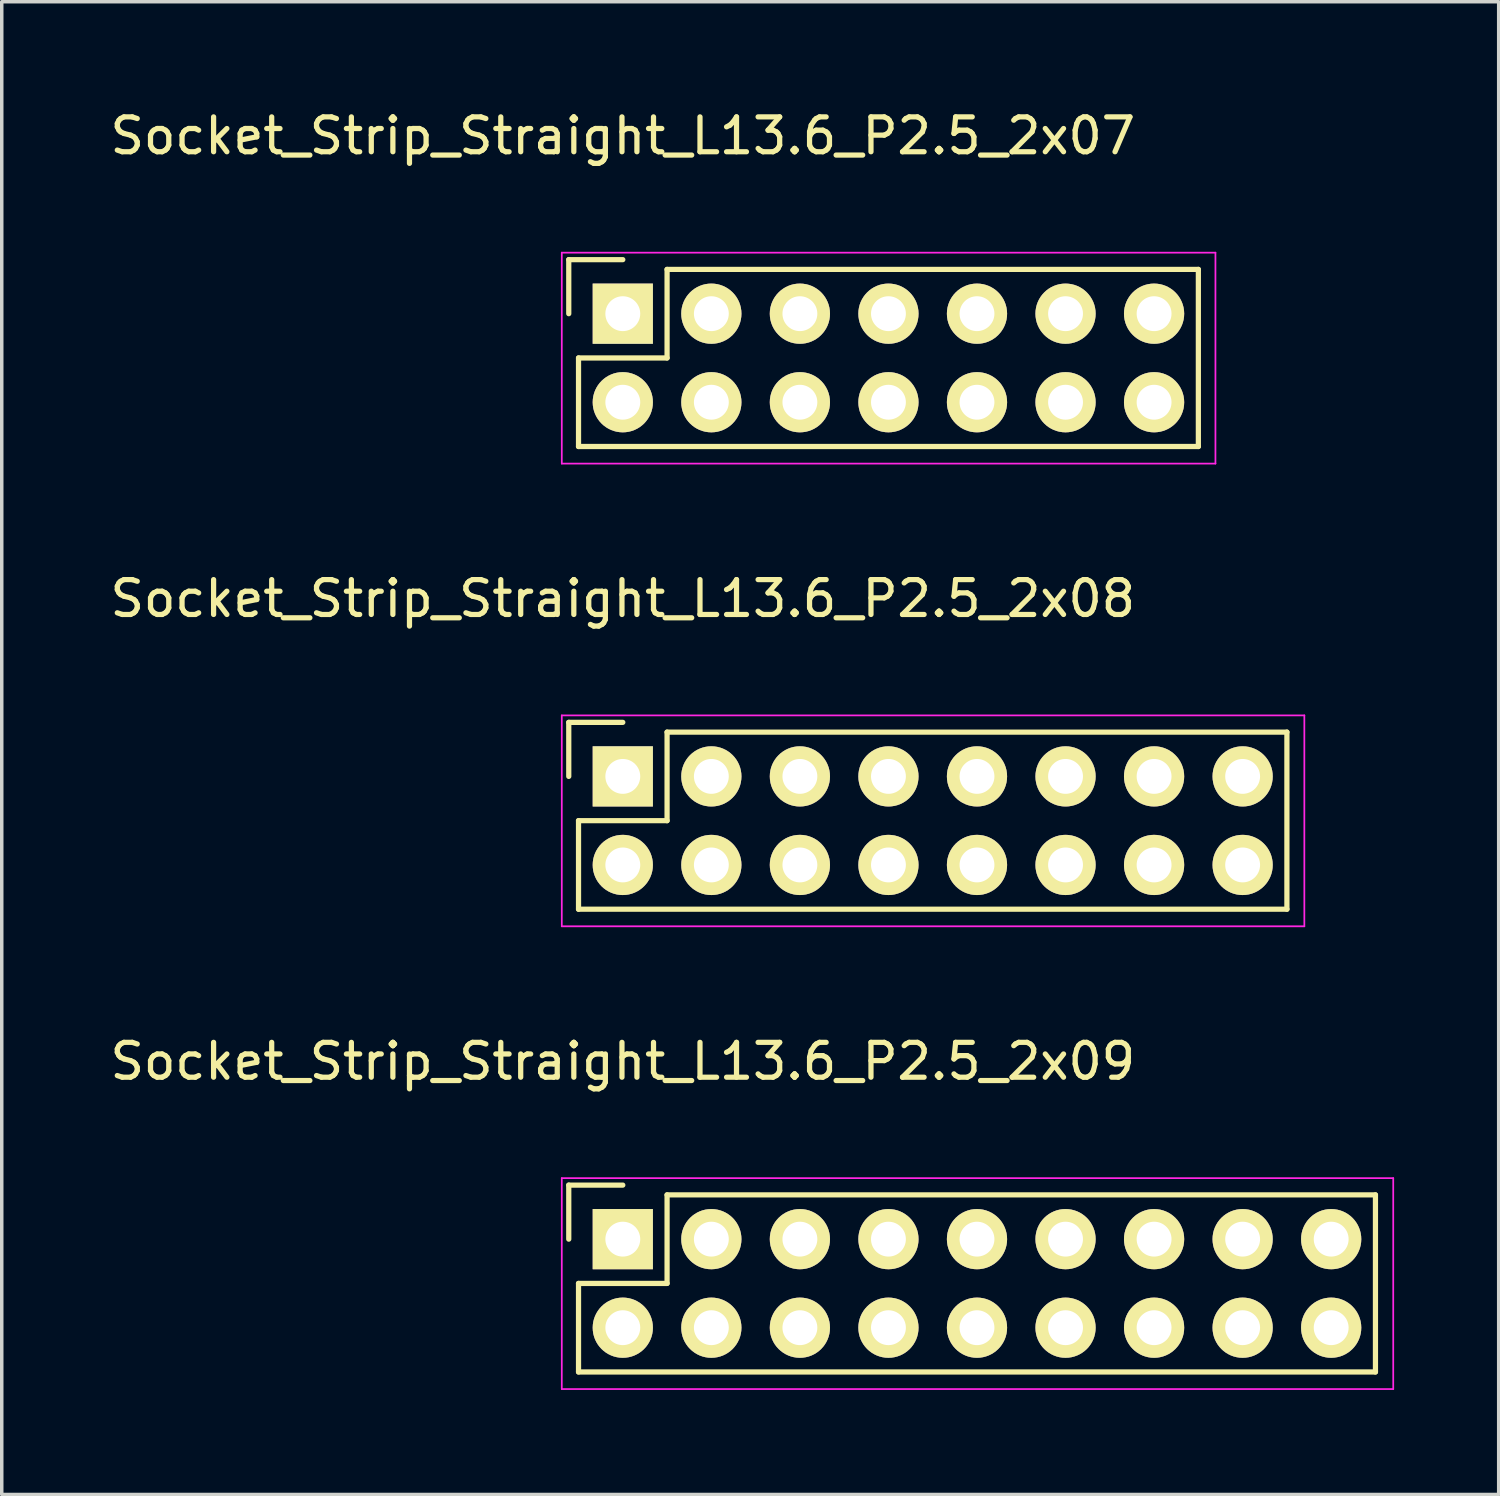
<source format=kicad_pcb>
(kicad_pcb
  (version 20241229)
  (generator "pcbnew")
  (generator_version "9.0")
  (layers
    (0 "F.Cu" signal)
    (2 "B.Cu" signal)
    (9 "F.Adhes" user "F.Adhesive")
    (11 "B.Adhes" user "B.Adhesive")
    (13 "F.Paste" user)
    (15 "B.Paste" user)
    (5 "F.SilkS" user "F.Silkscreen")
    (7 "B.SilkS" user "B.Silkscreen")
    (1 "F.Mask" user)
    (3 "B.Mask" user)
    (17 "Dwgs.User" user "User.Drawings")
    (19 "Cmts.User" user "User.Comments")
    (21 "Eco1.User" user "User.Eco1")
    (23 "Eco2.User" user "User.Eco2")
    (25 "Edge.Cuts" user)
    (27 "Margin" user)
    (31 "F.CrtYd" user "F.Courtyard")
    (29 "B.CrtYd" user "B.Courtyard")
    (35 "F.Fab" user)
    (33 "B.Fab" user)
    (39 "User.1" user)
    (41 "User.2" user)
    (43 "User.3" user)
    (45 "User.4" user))
  (footprint "Socket_Strip_Straight_L13.6_P2.5_2x07"
    (layer "F.Cu")
    (at 14.815 5.948)
    (property "Reference" "Socket_Strip_Straight_L13.6_P2.5_2x07" (at 0 -5.1 0) (layer "F.SilkS") (effects (font (size 1 1) (thickness 0.15))))
    (attr through_hole)
    (fp_line (start -1.55 -1.55) (end -1.55 0) (stroke (width 0.15) (type solid)) (layer "F.SilkS"))
    (fp_line (start -1.27 1.27) (end 1.27 1.27) (stroke (width 0.15) (type solid)) (layer "F.SilkS"))
    (fp_line (start -1.27 3.81) (end -1.27 1.27) (stroke (width 0.15) (type solid)) (layer "F.SilkS"))
    (fp_line (start 0 -1.55) (end -1.55 -1.55) (stroke (width 0.15) (type solid)) (layer "F.SilkS"))
    (fp_line (start 1.27 -1.27) (end 16.51 -1.27) (stroke (width 0.15) (type solid)) (layer "F.SilkS"))
    (fp_line (start 1.27 1.27) (end 1.27 -1.27) (stroke (width 0.15) (type solid)) (layer "F.SilkS"))
    (fp_line (start 16.51 3.81) (end -1.27 3.81) (stroke (width 0.15) (type solid)) (layer "F.SilkS"))
    (fp_line (start 16.51 3.81) (end 16.51 -1.27) (stroke (width 0.15) (type solid)) (layer "F.SilkS"))
    (fp_line (start -1.75 -1.75) (end -1.75 4.3) (stroke (width 0.05) (type solid)) (layer "F.CrtYd"))
    (fp_line (start -1.75 -1.75) (end 17 -1.75) (stroke (width 0.05) (type solid)) (layer "F.CrtYd"))
    (fp_line (start -1.75 4.3) (end 17 4.3) (stroke (width 0.05) (type solid)) (layer "F.CrtYd"))
    (fp_line (start 17 -1.75) (end 17 4.3) (stroke (width 0.05) (type solid)) (layer "F.CrtYd"))
    (pad "1" thru_hole rect (at 0 0) (size 1.727 1.727) (drill 1) (layers "*.Cu" "*.Mask" "F.SilkS"))
    (pad "2" thru_hole oval (at 0 2.54) (size 1.727 1.727) (drill 1) (layers "*.Cu" "*.Mask" "F.SilkS"))
    (pad "3" thru_hole oval (at 2.54 0) (size 1.727 1.727) (drill 1) (layers "*.Cu" "*.Mask" "F.SilkS"))
    (pad "4" thru_hole oval (at 2.54 2.54) (size 1.727 1.727) (drill 1) (layers "*.Cu" "*.Mask" "F.SilkS"))
    (pad "5" thru_hole oval (at 5.08 0) (size 1.727 1.727) (drill 1) (layers "*.Cu" "*.Mask" "F.SilkS"))
    (pad "6" thru_hole oval (at 5.08 2.54) (size 1.727 1.727) (drill 1) (layers "*.Cu" "*.Mask" "F.SilkS"))
    (pad "7" thru_hole oval (at 7.62 0) (size 1.727 1.727) (drill 1) (layers "*.Cu" "*.Mask" "F.SilkS"))
    (pad "8" thru_hole oval (at 7.62 2.54) (size 1.727 1.727) (drill 1) (layers "*.Cu" "*.Mask" "F.SilkS"))
    (pad "9" thru_hole oval (at 10.16 0) (size 1.727 1.727) (drill 1) (layers "*.Cu" "*.Mask" "F.SilkS"))
    (pad "10" thru_hole oval (at 10.16 2.54) (size 1.727 1.727) (drill 1) (layers "*.Cu" "*.Mask" "F.SilkS"))
    (pad "11" thru_hole oval (at 12.7 0) (size 1.727 1.727) (drill 1) (layers "*.Cu" "*.Mask" "F.SilkS"))
    (pad "12" thru_hole oval (at 12.7 2.54) (size 1.727 1.727) (drill 1) (layers "*.Cu" "*.Mask" "F.SilkS"))
    (pad "13" thru_hole oval (at 15.24 0) (size 1.727 1.727) (drill 1) (layers "*.Cu" "*.Mask" "F.SilkS"))
    (pad "14" thru_hole oval (at 15.24 2.54) (size 1.727 1.727) (drill 1) (layers "*.Cu" "*.Mask" "F.SilkS")))
  (footprint "Socket_Strip_Straight_L13.6_P2.5_2x08"
    (layer "F.Cu")
    (at 14.815 19.221)
    (property "Reference" "Socket_Strip_Straight_L13.6_P2.5_2x08" (at 0 -5.1 0) (layer "F.SilkS") (effects (font (size 1 1) (thickness 0.15))))
    (attr through_hole)
    (fp_line (start -1.55 -1.55) (end -1.55 0) (stroke (width 0.15) (type solid)) (layer "F.SilkS"))
    (fp_line (start -1.27 1.27) (end 1.27 1.27) (stroke (width 0.15) (type solid)) (layer "F.SilkS"))
    (fp_line (start -1.27 3.81) (end -1.27 1.27) (stroke (width 0.15) (type solid)) (layer "F.SilkS"))
    (fp_line (start 0 -1.55) (end -1.55 -1.55) (stroke (width 0.15) (type solid)) (layer "F.SilkS"))
    (fp_line (start 1.27 -1.27) (end 19.05 -1.27) (stroke (width 0.15) (type solid)) (layer "F.SilkS"))
    (fp_line (start 1.27 1.27) (end 1.27 -1.27) (stroke (width 0.15) (type solid)) (layer "F.SilkS"))
    (fp_line (start 19.05 3.81) (end -1.27 3.81) (stroke (width 0.15) (type solid)) (layer "F.SilkS"))
    (fp_line (start 19.05 3.81) (end 19.05 -1.27) (stroke (width 0.15) (type solid)) (layer "F.SilkS"))
    (fp_line (start -1.75 -1.75) (end -1.75 4.3) (stroke (width 0.05) (type solid)) (layer "F.CrtYd"))
    (fp_line (start -1.75 -1.75) (end 19.55 -1.75) (stroke (width 0.05) (type solid)) (layer "F.CrtYd"))
    (fp_line (start -1.75 4.3) (end 19.55 4.3) (stroke (width 0.05) (type solid)) (layer "F.CrtYd"))
    (fp_line (start 19.55 -1.75) (end 19.55 4.3) (stroke (width 0.05) (type solid)) (layer "F.CrtYd"))
    (pad "1" thru_hole rect (at 0 0) (size 1.727 1.727) (drill 1) (layers "*.Cu" "*.Mask" "F.SilkS"))
    (pad "2" thru_hole oval (at 0 2.54) (size 1.727 1.727) (drill 1) (layers "*.Cu" "*.Mask" "F.SilkS"))
    (pad "3" thru_hole oval (at 2.54 0) (size 1.727 1.727) (drill 1) (layers "*.Cu" "*.Mask" "F.SilkS"))
    (pad "4" thru_hole oval (at 2.54 2.54) (size 1.727 1.727) (drill 1) (layers "*.Cu" "*.Mask" "F.SilkS"))
    (pad "5" thru_hole oval (at 5.08 0) (size 1.727 1.727) (drill 1) (layers "*.Cu" "*.Mask" "F.SilkS"))
    (pad "6" thru_hole oval (at 5.08 2.54) (size 1.727 1.727) (drill 1) (layers "*.Cu" "*.Mask" "F.SilkS"))
    (pad "7" thru_hole oval (at 7.62 0) (size 1.727 1.727) (drill 1) (layers "*.Cu" "*.Mask" "F.SilkS"))
    (pad "8" thru_hole oval (at 7.62 2.54) (size 1.727 1.727) (drill 1) (layers "*.Cu" "*.Mask" "F.SilkS"))
    (pad "9" thru_hole oval (at 10.16 0) (size 1.727 1.727) (drill 1) (layers "*.Cu" "*.Mask" "F.SilkS"))
    (pad "10" thru_hole oval (at 10.16 2.54) (size 1.727 1.727) (drill 1) (layers "*.Cu" "*.Mask" "F.SilkS"))
    (pad "11" thru_hole oval (at 12.7 0) (size 1.727 1.727) (drill 1) (layers "*.Cu" "*.Mask" "F.SilkS"))
    (pad "12" thru_hole oval (at 12.7 2.54) (size 1.727 1.727) (drill 1) (layers "*.Cu" "*.Mask" "F.SilkS"))
    (pad "13" thru_hole oval (at 15.24 0) (size 1.727 1.727) (drill 1) (layers "*.Cu" "*.Mask" "F.SilkS"))
    (pad "14" thru_hole oval (at 15.24 2.54) (size 1.727 1.727) (drill 1) (layers "*.Cu" "*.Mask" "F.SilkS"))
    (pad "15" thru_hole oval (at 17.78 0) (size 1.727 1.727) (drill 1) (layers "*.Cu" "*.Mask" "F.SilkS"))
    (pad "16" thru_hole oval (at 17.78 2.54) (size 1.727 1.727) (drill 1) (layers "*.Cu" "*.Mask" "F.SilkS")))
  (footprint "Socket_Strip_Straight_L13.6_P2.5_2x09"
    (layer "F.Cu")
    (at 14.815 32.495)
    (property "Reference" "Socket_Strip_Straight_L13.6_P2.5_2x09" (at 0 -5.1 0) (layer "F.SilkS") (effects (font (size 1 1) (thickness 0.15))))
    (attr through_hole)
    (fp_line (start -1.55 -1.55) (end -1.55 0) (stroke (width 0.15) (type solid)) (layer "F.SilkS"))
    (fp_line (start -1.27 1.27) (end 1.27 1.27) (stroke (width 0.15) (type solid)) (layer "F.SilkS"))
    (fp_line (start -1.27 3.81) (end -1.27 1.27) (stroke (width 0.15) (type solid)) (layer "F.SilkS"))
    (fp_line (start 0 -1.55) (end -1.55 -1.55) (stroke (width 0.15) (type solid)) (layer "F.SilkS"))
    (fp_line (start 1.27 -1.27) (end 21.59 -1.27) (stroke (width 0.15) (type solid)) (layer "F.SilkS"))
    (fp_line (start 1.27 1.27) (end 1.27 -1.27) (stroke (width 0.15) (type solid)) (layer "F.SilkS"))
    (fp_line (start 21.59 3.81) (end -1.27 3.81) (stroke (width 0.15) (type solid)) (layer "F.SilkS"))
    (fp_line (start 21.59 3.81) (end 21.59 -1.27) (stroke (width 0.15) (type solid)) (layer "F.SilkS"))
    (fp_line (start -1.75 -1.75) (end -1.75 4.3) (stroke (width 0.05) (type solid)) (layer "F.CrtYd"))
    (fp_line (start -1.75 -1.75) (end 22.1 -1.75) (stroke (width 0.05) (type solid)) (layer "F.CrtYd"))
    (fp_line (start -1.75 4.3) (end 22.1 4.3) (stroke (width 0.05) (type solid)) (layer "F.CrtYd"))
    (fp_line (start 22.1 -1.75) (end 22.1 4.3) (stroke (width 0.05) (type solid)) (layer "F.CrtYd"))
    (pad "1" thru_hole rect (at 0 0) (size 1.727 1.727) (drill 1) (layers "*.Cu" "*.Mask" "F.SilkS"))
    (pad "2" thru_hole oval (at 0 2.54) (size 1.727 1.727) (drill 1) (layers "*.Cu" "*.Mask" "F.SilkS"))
    (pad "3" thru_hole oval (at 2.54 0) (size 1.727 1.727) (drill 1) (layers "*.Cu" "*.Mask" "F.SilkS"))
    (pad "4" thru_hole oval (at 2.54 2.54) (size 1.727 1.727) (drill 1) (layers "*.Cu" "*.Mask" "F.SilkS"))
    (pad "5" thru_hole oval (at 5.08 0) (size 1.727 1.727) (drill 1) (layers "*.Cu" "*.Mask" "F.SilkS"))
    (pad "6" thru_hole oval (at 5.08 2.54) (size 1.727 1.727) (drill 1) (layers "*.Cu" "*.Mask" "F.SilkS"))
    (pad "7" thru_hole oval (at 7.62 0) (size 1.727 1.727) (drill 1) (layers "*.Cu" "*.Mask" "F.SilkS"))
    (pad "8" thru_hole oval (at 7.62 2.54) (size 1.727 1.727) (drill 1) (layers "*.Cu" "*.Mask" "F.SilkS"))
    (pad "9" thru_hole oval (at 10.16 0) (size 1.727 1.727) (drill 1) (layers "*.Cu" "*.Mask" "F.SilkS"))
    (pad "10" thru_hole oval (at 10.16 2.54) (size 1.727 1.727) (drill 1) (layers "*.Cu" "*.Mask" "F.SilkS"))
    (pad "11" thru_hole oval (at 12.7 0) (size 1.727 1.727) (drill 1) (layers "*.Cu" "*.Mask" "F.SilkS"))
    (pad "12" thru_hole oval (at 12.7 2.54) (size 1.727 1.727) (drill 1) (layers "*.Cu" "*.Mask" "F.SilkS"))
    (pad "13" thru_hole oval (at 15.24 0) (size 1.727 1.727) (drill 1) (layers "*.Cu" "*.Mask" "F.SilkS"))
    (pad "14" thru_hole oval (at 15.24 2.54) (size 1.727 1.727) (drill 1) (layers "*.Cu" "*.Mask" "F.SilkS"))
    (pad "15" thru_hole oval (at 17.78 0) (size 1.727 1.727) (drill 1) (layers "*.Cu" "*.Mask" "F.SilkS"))
    (pad "16" thru_hole oval (at 17.78 2.54) (size 1.727 1.727) (drill 1) (layers "*.Cu" "*.Mask" "F.SilkS"))
    (pad "17" thru_hole oval (at 20.32 0) (size 1.727 1.727) (drill 1) (layers "*.Cu" "*.Mask" "F.SilkS"))
    (pad "18" thru_hole oval (at 20.32 2.54) (size 1.727 1.727) (drill 1) (layers "*.Cu" "*.Mask" "F.SilkS")))
  (gr_rect
    (start -3 -3)
    (end 39.94 39.82)
    (stroke (width 0.1) (type default))
    (fill no)
    (layer "Edge.Cuts")))
</source>
